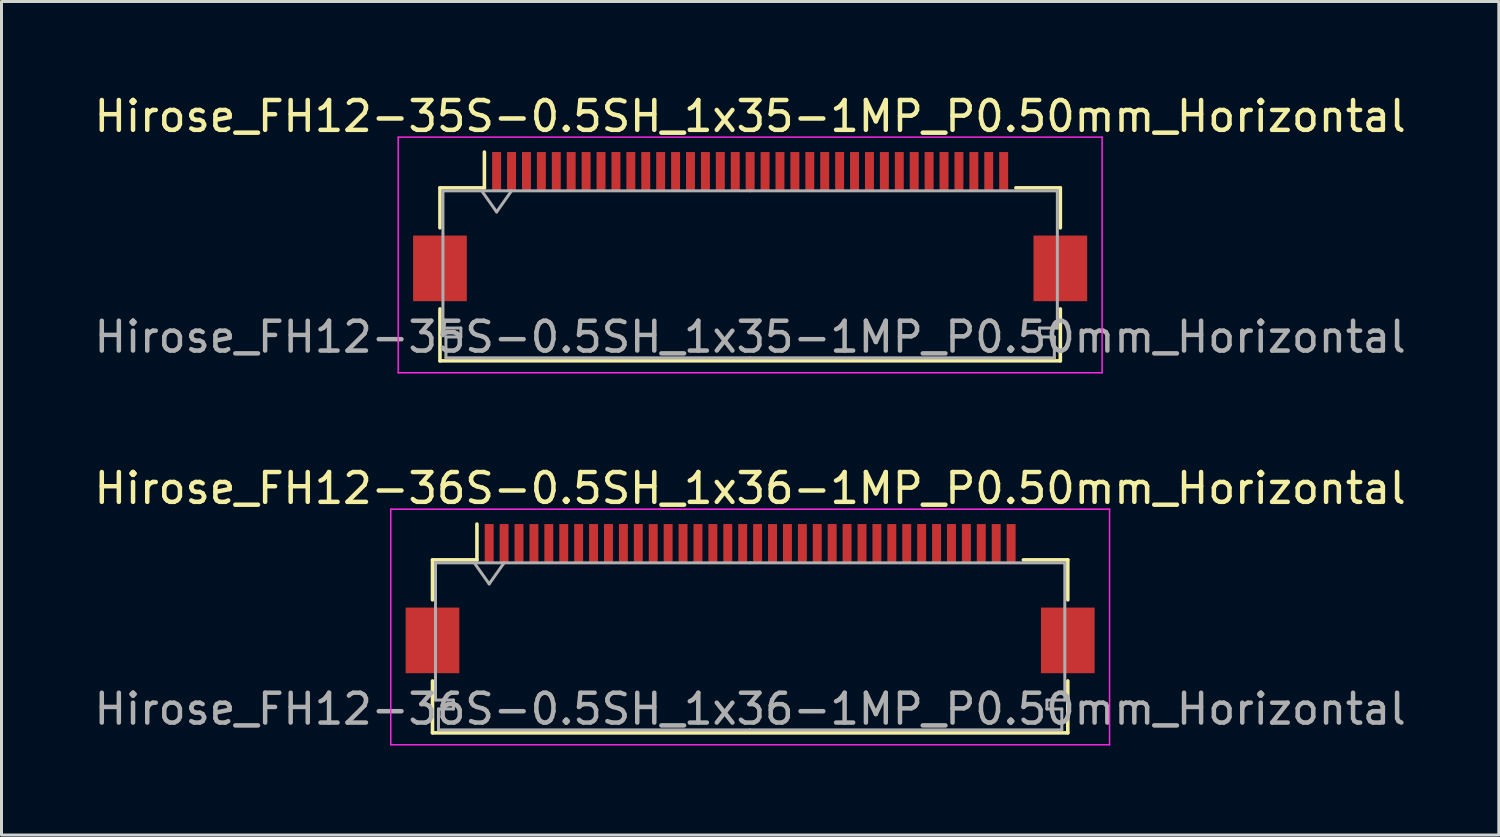
<source format=kicad_pcb>
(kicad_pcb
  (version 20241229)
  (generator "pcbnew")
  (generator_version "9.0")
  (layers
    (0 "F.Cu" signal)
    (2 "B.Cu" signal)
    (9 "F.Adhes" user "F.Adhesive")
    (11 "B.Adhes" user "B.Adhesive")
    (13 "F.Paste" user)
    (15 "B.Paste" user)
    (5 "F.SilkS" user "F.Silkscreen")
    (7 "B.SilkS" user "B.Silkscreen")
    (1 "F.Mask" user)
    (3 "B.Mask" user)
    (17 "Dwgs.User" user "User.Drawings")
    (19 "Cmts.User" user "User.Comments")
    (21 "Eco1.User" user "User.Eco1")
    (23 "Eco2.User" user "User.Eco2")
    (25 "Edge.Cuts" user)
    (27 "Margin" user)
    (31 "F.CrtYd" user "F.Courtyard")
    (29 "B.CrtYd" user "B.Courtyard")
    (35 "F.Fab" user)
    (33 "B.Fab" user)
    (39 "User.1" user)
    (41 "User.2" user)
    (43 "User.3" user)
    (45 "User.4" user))
  (footprint "Hirose_FH12-36S-0.5SH_1x36-1MP_P0.50mm_Horizontal"
    (layer "F.Cu")
    (at 22.101 17.021)
    (property "Reference" "Hirose_FH12-36S-0.5SH_1x36-1MP_P0.50mm_Horizontal" (at 0 -3.7 0) (layer "F.SilkS") (effects (font (size 1 1) (thickness 0.15))))
    (attr smd)
    (fp_line (start -10.65 -1.3) (end -10.65 0.04) (stroke (width 0.12) (type solid)) (layer "F.SilkS"))
    (fp_line (start -10.65 2.76) (end -10.65 4.5) (stroke (width 0.12) (type solid)) (layer "F.SilkS"))
    (fp_line (start -10.65 4.5) (end 10.65 4.5) (stroke (width 0.12) (type solid)) (layer "F.SilkS"))
    (fp_line (start -9.16 -1.3) (end -10.65 -1.3) (stroke (width 0.12) (type solid)) (layer "F.SilkS"))
    (fp_line (start -9.16 -1.3) (end -9.16 -2.5) (stroke (width 0.12) (type solid)) (layer "F.SilkS"))
    (fp_line (start 9.16 -1.3) (end 10.65 -1.3) (stroke (width 0.12) (type solid)) (layer "F.SilkS"))
    (fp_line (start 10.65 -1.3) (end 10.65 0.04) (stroke (width 0.12) (type solid)) (layer "F.SilkS"))
    (fp_line (start 10.65 4.5) (end 10.65 2.76) (stroke (width 0.12) (type solid)) (layer "F.SilkS"))
    (fp_line (start -12.05 -3) (end -12.05 4.9) (stroke (width 0.05) (type solid)) (layer "F.CrtYd"))
    (fp_line (start -12.05 4.9) (end 12.05 4.9) (stroke (width 0.05) (type solid)) (layer "F.CrtYd"))
    (fp_line (start 12.05 -3) (end -12.05 -3) (stroke (width 0.05) (type solid)) (layer "F.CrtYd"))
    (fp_line (start 12.05 4.9) (end 12.05 -3) (stroke (width 0.05) (type solid)) (layer "F.CrtYd"))
    (fp_line (start -10.55 -1.2) (end -10.55 3.4) (stroke (width 0.1) (type solid)) (layer "F.Fab"))
    (fp_line (start -10.55 3.4) (end -9.95 3.4) (stroke (width 0.1) (type solid)) (layer "F.Fab"))
    (fp_line (start -10.45 3.7) (end -10.45 4.4) (stroke (width 0.1) (type solid)) (layer "F.Fab"))
    (fp_line (start -10.45 4.4) (end 0 4.4) (stroke (width 0.1) (type solid)) (layer "F.Fab"))
    (fp_line (start -9.95 3.4) (end -9.95 3.7) (stroke (width 0.1) (type solid)) (layer "F.Fab"))
    (fp_line (start -9.95 3.7) (end -10.45 3.7) (stroke (width 0.1) (type solid)) (layer "F.Fab"))
    (fp_line (start -9.25 -1.2) (end -8.75 -0.493) (stroke (width 0.1) (type solid)) (layer "F.Fab"))
    (fp_line (start -8.75 -0.493) (end -8.25 -1.2) (stroke (width 0.1) (type solid)) (layer "F.Fab"))
    (fp_line (start 0 -1.2) (end -10.55 -1.2) (stroke (width 0.1) (type solid)) (layer "F.Fab"))
    (fp_line (start 0 -1.2) (end 10.55 -1.2) (stroke (width 0.1) (type solid)) (layer "F.Fab"))
    (fp_line (start 9.95 3.4) (end 9.95 3.7) (stroke (width 0.1) (type solid)) (layer "F.Fab"))
    (fp_line (start 9.95 3.7) (end 10.45 3.7) (stroke (width 0.1) (type solid)) (layer "F.Fab"))
    (fp_line (start 10.45 3.7) (end 10.45 4.4) (stroke (width 0.1) (type solid)) (layer "F.Fab"))
    (fp_line (start 10.45 4.4) (end 0 4.4) (stroke (width 0.1) (type solid)) (layer "F.Fab"))
    (fp_line (start 10.55 -1.2) (end 10.55 3.4) (stroke (width 0.1) (type solid)) (layer "F.Fab"))
    (fp_line (start 10.55 3.4) (end 9.95 3.4) (stroke (width 0.1) (type solid)) (layer "F.Fab"))
    (fp_text user "${REFERENCE}" (at 0 3.7 0) (layer "F.Fab") (effects (font (size 1 1) (thickness 0.15))))
    (pad "1" smd rect (at -8.75 -1.85) (size 0.3 1.3) (layers "F.Cu" "F.Mask" "F.Paste"))
    (pad "2" smd rect (at -8.25 -1.85) (size 0.3 1.3) (layers "F.Cu" "F.Mask" "F.Paste"))
    (pad "3" smd rect (at -7.75 -1.85) (size 0.3 1.3) (layers "F.Cu" "F.Mask" "F.Paste"))
    (pad "4" smd rect (at -7.25 -1.85) (size 0.3 1.3) (layers "F.Cu" "F.Mask" "F.Paste"))
    (pad "5" smd rect (at -6.75 -1.85) (size 0.3 1.3) (layers "F.Cu" "F.Mask" "F.Paste"))
    (pad "6" smd rect (at -6.25 -1.85) (size 0.3 1.3) (layers "F.Cu" "F.Mask" "F.Paste"))
    (pad "7" smd rect (at -5.75 -1.85) (size 0.3 1.3) (layers "F.Cu" "F.Mask" "F.Paste"))
    (pad "8" smd rect (at -5.25 -1.85) (size 0.3 1.3) (layers "F.Cu" "F.Mask" "F.Paste"))
    (pad "9" smd rect (at -4.75 -1.85) (size 0.3 1.3) (layers "F.Cu" "F.Mask" "F.Paste"))
    (pad "10" smd rect (at -4.25 -1.85) (size 0.3 1.3) (layers "F.Cu" "F.Mask" "F.Paste"))
    (pad "11" smd rect (at -3.75 -1.85) (size 0.3 1.3) (layers "F.Cu" "F.Mask" "F.Paste"))
    (pad "12" smd rect (at -3.25 -1.85) (size 0.3 1.3) (layers "F.Cu" "F.Mask" "F.Paste"))
    (pad "13" smd rect (at -2.75 -1.85) (size 0.3 1.3) (layers "F.Cu" "F.Mask" "F.Paste"))
    (pad "14" smd rect (at -2.25 -1.85) (size 0.3 1.3) (layers "F.Cu" "F.Mask" "F.Paste"))
    (pad "15" smd rect (at -1.75 -1.85) (size 0.3 1.3) (layers "F.Cu" "F.Mask" "F.Paste"))
    (pad "16" smd rect (at -1.25 -1.85) (size 0.3 1.3) (layers "F.Cu" "F.Mask" "F.Paste"))
    (pad "17" smd rect (at -0.75 -1.85) (size 0.3 1.3) (layers "F.Cu" "F.Mask" "F.Paste"))
    (pad "18" smd rect (at -0.25 -1.85) (size 0.3 1.3) (layers "F.Cu" "F.Mask" "F.Paste"))
    (pad "19" smd rect (at 0.25 -1.85) (size 0.3 1.3) (layers "F.Cu" "F.Mask" "F.Paste"))
    (pad "20" smd rect (at 0.75 -1.85) (size 0.3 1.3) (layers "F.Cu" "F.Mask" "F.Paste"))
    (pad "21" smd rect (at 1.25 -1.85) (size 0.3 1.3) (layers "F.Cu" "F.Mask" "F.Paste"))
    (pad "22" smd rect (at 1.75 -1.85) (size 0.3 1.3) (layers "F.Cu" "F.Mask" "F.Paste"))
    (pad "23" smd rect (at 2.25 -1.85) (size 0.3 1.3) (layers "F.Cu" "F.Mask" "F.Paste"))
    (pad "24" smd rect (at 2.75 -1.85) (size 0.3 1.3) (layers "F.Cu" "F.Mask" "F.Paste"))
    (pad "25" smd rect (at 3.25 -1.85) (size 0.3 1.3) (layers "F.Cu" "F.Mask" "F.Paste"))
    (pad "26" smd rect (at 3.75 -1.85) (size 0.3 1.3) (layers "F.Cu" "F.Mask" "F.Paste"))
    (pad "27" smd rect (at 4.25 -1.85) (size 0.3 1.3) (layers "F.Cu" "F.Mask" "F.Paste"))
    (pad "28" smd rect (at 4.75 -1.85) (size 0.3 1.3) (layers "F.Cu" "F.Mask" "F.Paste"))
    (pad "29" smd rect (at 5.25 -1.85) (size 0.3 1.3) (layers "F.Cu" "F.Mask" "F.Paste"))
    (pad "30" smd rect (at 5.75 -1.85) (size 0.3 1.3) (layers "F.Cu" "F.Mask" "F.Paste"))
    (pad "31" smd rect (at 6.25 -1.85) (size 0.3 1.3) (layers "F.Cu" "F.Mask" "F.Paste"))
    (pad "32" smd rect (at 6.75 -1.85) (size 0.3 1.3) (layers "F.Cu" "F.Mask" "F.Paste"))
    (pad "33" smd rect (at 7.25 -1.85) (size 0.3 1.3) (layers "F.Cu" "F.Mask" "F.Paste"))
    (pad "34" smd rect (at 7.75 -1.85) (size 0.3 1.3) (layers "F.Cu" "F.Mask" "F.Paste"))
    (pad "35" smd rect (at 8.25 -1.85) (size 0.3 1.3) (layers "F.Cu" "F.Mask" "F.Paste"))
    (pad "36" smd rect (at 8.75 -1.85) (size 0.3 1.3) (layers "F.Cu" "F.Mask" "F.Paste"))
    (pad "MP" smd rect (at -10.65 1.4) (size 1.8 2.2) (layers "F.Cu" "F.Mask" "F.Paste"))
    (pad "MP" smd rect (at 10.65 1.4) (size 1.8 2.2) (layers "F.Cu" "F.Mask" "F.Paste")))
  (footprint "Hirose_FH12-35S-0.5SH_1x35-1MP_P0.50mm_Horizontal"
    (layer "F.Cu")
    (at 22.101 4.548)
    (property "Reference" "Hirose_FH12-35S-0.5SH_1x35-1MP_P0.50mm_Horizontal" (at 0 -3.7 0) (layer "F.SilkS") (effects (font (size 1 1) (thickness 0.15))))
    (attr smd)
    (fp_line (start -10.4 -1.3) (end -10.4 0.04) (stroke (width 0.12) (type solid)) (layer "F.SilkS"))
    (fp_line (start -10.4 2.76) (end -10.4 4.5) (stroke (width 0.12) (type solid)) (layer "F.SilkS"))
    (fp_line (start -10.4 4.5) (end 10.4 4.5) (stroke (width 0.12) (type solid)) (layer "F.SilkS"))
    (fp_line (start -8.91 -1.3) (end -10.4 -1.3) (stroke (width 0.12) (type solid)) (layer "F.SilkS"))
    (fp_line (start -8.91 -1.3) (end -8.91 -2.5) (stroke (width 0.12) (type solid)) (layer "F.SilkS"))
    (fp_line (start 8.91 -1.3) (end 10.4 -1.3) (stroke (width 0.12) (type solid)) (layer "F.SilkS"))
    (fp_line (start 10.4 -1.3) (end 10.4 0.04) (stroke (width 0.12) (type solid)) (layer "F.SilkS"))
    (fp_line (start 10.4 4.5) (end 10.4 2.76) (stroke (width 0.12) (type solid)) (layer "F.SilkS"))
    (fp_line (start -11.8 -3) (end -11.8 4.9) (stroke (width 0.05) (type solid)) (layer "F.CrtYd"))
    (fp_line (start -11.8 4.9) (end 11.8 4.9) (stroke (width 0.05) (type solid)) (layer "F.CrtYd"))
    (fp_line (start 11.8 -3) (end -11.8 -3) (stroke (width 0.05) (type solid)) (layer "F.CrtYd"))
    (fp_line (start 11.8 4.9) (end 11.8 -3) (stroke (width 0.05) (type solid)) (layer "F.CrtYd"))
    (fp_line (start -10.3 -1.2) (end -10.3 3.4) (stroke (width 0.1) (type solid)) (layer "F.Fab"))
    (fp_line (start -10.3 3.4) (end -9.7 3.4) (stroke (width 0.1) (type solid)) (layer "F.Fab"))
    (fp_line (start -10.2 3.7) (end -10.2 4.4) (stroke (width 0.1) (type solid)) (layer "F.Fab"))
    (fp_line (start -10.2 4.4) (end 0 4.4) (stroke (width 0.1) (type solid)) (layer "F.Fab"))
    (fp_line (start -9.7 3.4) (end -9.7 3.7) (stroke (width 0.1) (type solid)) (layer "F.Fab"))
    (fp_line (start -9.7 3.7) (end -10.2 3.7) (stroke (width 0.1) (type solid)) (layer "F.Fab"))
    (fp_line (start -9 -1.2) (end -8.5 -0.493) (stroke (width 0.1) (type solid)) (layer "F.Fab"))
    (fp_line (start -8.5 -0.493) (end -8 -1.2) (stroke (width 0.1) (type solid)) (layer "F.Fab"))
    (fp_line (start 0 -1.2) (end -10.3 -1.2) (stroke (width 0.1) (type solid)) (layer "F.Fab"))
    (fp_line (start 0 -1.2) (end 10.3 -1.2) (stroke (width 0.1) (type solid)) (layer "F.Fab"))
    (fp_line (start 9.7 3.4) (end 9.7 3.7) (stroke (width 0.1) (type solid)) (layer "F.Fab"))
    (fp_line (start 9.7 3.7) (end 10.2 3.7) (stroke (width 0.1) (type solid)) (layer "F.Fab"))
    (fp_line (start 10.2 3.7) (end 10.2 4.4) (stroke (width 0.1) (type solid)) (layer "F.Fab"))
    (fp_line (start 10.2 4.4) (end 0 4.4) (stroke (width 0.1) (type solid)) (layer "F.Fab"))
    (fp_line (start 10.3 -1.2) (end 10.3 3.4) (stroke (width 0.1) (type solid)) (layer "F.Fab"))
    (fp_line (start 10.3 3.4) (end 9.7 3.4) (stroke (width 0.1) (type solid)) (layer "F.Fab"))
    (fp_text user "${REFERENCE}" (at 0 3.7 0) (layer "F.Fab") (effects (font (size 1 1) (thickness 0.15))))
    (pad "1" smd rect (at -8.5 -1.85) (size 0.3 1.3) (layers "F.Cu" "F.Mask" "F.Paste"))
    (pad "2" smd rect (at -8 -1.85) (size 0.3 1.3) (layers "F.Cu" "F.Mask" "F.Paste"))
    (pad "3" smd rect (at -7.5 -1.85) (size 0.3 1.3) (layers "F.Cu" "F.Mask" "F.Paste"))
    (pad "4" smd rect (at -7 -1.85) (size 0.3 1.3) (layers "F.Cu" "F.Mask" "F.Paste"))
    (pad "5" smd rect (at -6.5 -1.85) (size 0.3 1.3) (layers "F.Cu" "F.Mask" "F.Paste"))
    (pad "6" smd rect (at -6 -1.85) (size 0.3 1.3) (layers "F.Cu" "F.Mask" "F.Paste"))
    (pad "7" smd rect (at -5.5 -1.85) (size 0.3 1.3) (layers "F.Cu" "F.Mask" "F.Paste"))
    (pad "8" smd rect (at -5 -1.85) (size 0.3 1.3) (layers "F.Cu" "F.Mask" "F.Paste"))
    (pad "9" smd rect (at -4.5 -1.85) (size 0.3 1.3) (layers "F.Cu" "F.Mask" "F.Paste"))
    (pad "10" smd rect (at -4 -1.85) (size 0.3 1.3) (layers "F.Cu" "F.Mask" "F.Paste"))
    (pad "11" smd rect (at -3.5 -1.85) (size 0.3 1.3) (layers "F.Cu" "F.Mask" "F.Paste"))
    (pad "12" smd rect (at -3 -1.85) (size 0.3 1.3) (layers "F.Cu" "F.Mask" "F.Paste"))
    (pad "13" smd rect (at -2.5 -1.85) (size 0.3 1.3) (layers "F.Cu" "F.Mask" "F.Paste"))
    (pad "14" smd rect (at -2 -1.85) (size 0.3 1.3) (layers "F.Cu" "F.Mask" "F.Paste"))
    (pad "15" smd rect (at -1.5 -1.85) (size 0.3 1.3) (layers "F.Cu" "F.Mask" "F.Paste"))
    (pad "16" smd rect (at -1 -1.85) (size 0.3 1.3) (layers "F.Cu" "F.Mask" "F.Paste"))
    (pad "17" smd rect (at -0.5 -1.85) (size 0.3 1.3) (layers "F.Cu" "F.Mask" "F.Paste"))
    (pad "18" smd rect (at 0 -1.85) (size 0.3 1.3) (layers "F.Cu" "F.Mask" "F.Paste"))
    (pad "19" smd rect (at 0.5 -1.85) (size 0.3 1.3) (layers "F.Cu" "F.Mask" "F.Paste"))
    (pad "20" smd rect (at 1 -1.85) (size 0.3 1.3) (layers "F.Cu" "F.Mask" "F.Paste"))
    (pad "21" smd rect (at 1.5 -1.85) (size 0.3 1.3) (layers "F.Cu" "F.Mask" "F.Paste"))
    (pad "22" smd rect (at 2 -1.85) (size 0.3 1.3) (layers "F.Cu" "F.Mask" "F.Paste"))
    (pad "23" smd rect (at 2.5 -1.85) (size 0.3 1.3) (layers "F.Cu" "F.Mask" "F.Paste"))
    (pad "24" smd rect (at 3 -1.85) (size 0.3 1.3) (layers "F.Cu" "F.Mask" "F.Paste"))
    (pad "25" smd rect (at 3.5 -1.85) (size 0.3 1.3) (layers "F.Cu" "F.Mask" "F.Paste"))
    (pad "26" smd rect (at 4 -1.85) (size 0.3 1.3) (layers "F.Cu" "F.Mask" "F.Paste"))
    (pad "27" smd rect (at 4.5 -1.85) (size 0.3 1.3) (layers "F.Cu" "F.Mask" "F.Paste"))
    (pad "28" smd rect (at 5 -1.85) (size 0.3 1.3) (layers "F.Cu" "F.Mask" "F.Paste"))
    (pad "29" smd rect (at 5.5 -1.85) (size 0.3 1.3) (layers "F.Cu" "F.Mask" "F.Paste"))
    (pad "30" smd rect (at 6 -1.85) (size 0.3 1.3) (layers "F.Cu" "F.Mask" "F.Paste"))
    (pad "31" smd rect (at 6.5 -1.85) (size 0.3 1.3) (layers "F.Cu" "F.Mask" "F.Paste"))
    (pad "32" smd rect (at 7 -1.85) (size 0.3 1.3) (layers "F.Cu" "F.Mask" "F.Paste"))
    (pad "33" smd rect (at 7.5 -1.85) (size 0.3 1.3) (layers "F.Cu" "F.Mask" "F.Paste"))
    (pad "34" smd rect (at 8 -1.85) (size 0.3 1.3) (layers "F.Cu" "F.Mask" "F.Paste"))
    (pad "35" smd rect (at 8.5 -1.85) (size 0.3 1.3) (layers "F.Cu" "F.Mask" "F.Paste"))
    (pad "MP" smd rect (at -10.4 1.4) (size 1.8 2.2) (layers "F.Cu" "F.Mask" "F.Paste"))
    (pad "MP" smd rect (at 10.4 1.4) (size 1.8 2.2) (layers "F.Cu" "F.Mask" "F.Paste")))
  (gr_rect
    (start -3 -3)
    (end 47.202 24.947)
    (stroke (width 0.1) (type default))
    (fill no)
    (layer "Edge.Cuts")))
</source>
